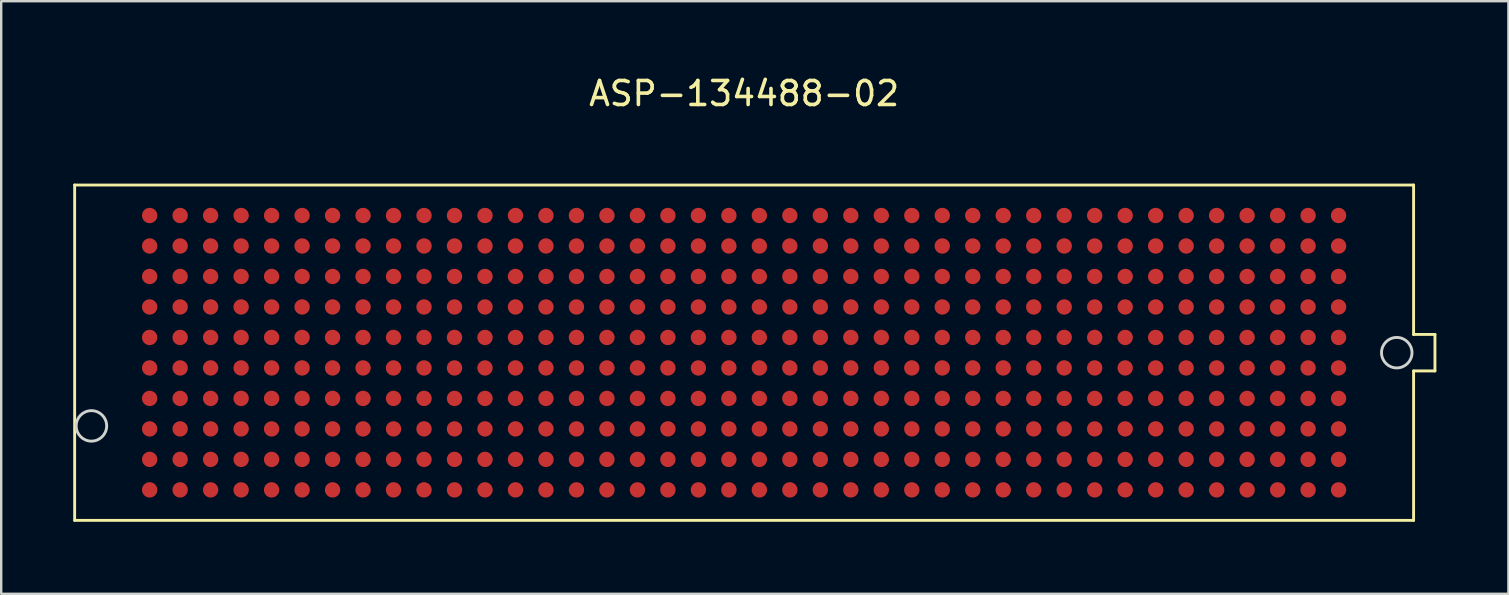
<source format=kicad_pcb>
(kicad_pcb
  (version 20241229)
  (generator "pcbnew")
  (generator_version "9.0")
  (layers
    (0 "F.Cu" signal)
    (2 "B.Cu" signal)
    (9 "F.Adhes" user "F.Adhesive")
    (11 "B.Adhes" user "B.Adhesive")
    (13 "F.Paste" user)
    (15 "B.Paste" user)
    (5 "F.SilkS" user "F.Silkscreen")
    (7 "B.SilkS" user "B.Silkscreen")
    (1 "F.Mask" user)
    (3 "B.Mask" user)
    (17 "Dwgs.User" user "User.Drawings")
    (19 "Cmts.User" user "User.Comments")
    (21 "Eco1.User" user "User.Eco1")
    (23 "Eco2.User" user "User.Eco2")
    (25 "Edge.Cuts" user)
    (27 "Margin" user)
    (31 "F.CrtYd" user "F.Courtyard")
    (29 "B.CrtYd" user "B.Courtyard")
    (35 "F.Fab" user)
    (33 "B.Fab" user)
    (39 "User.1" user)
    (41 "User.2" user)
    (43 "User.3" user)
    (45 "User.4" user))
  (footprint "ASP-134488-02"
    (layer "F.Cu")
    (at 27.95 11.643)
    (property "Reference" "ASP-134488-02" (at 0 -10.795 0) (layer "F.SilkS") (effects (font (size 1 1) (thickness 0.15))))
    (attr through_hole)
    (fp_line (start -27.89 -6.985) (end -27.89 6.985) (stroke (width 0.12) (type solid)) (layer "F.SilkS"))
    (fp_line (start -27.89 -6.985) (end 27.89 -6.985) (stroke (width 0.12) (type solid)) (layer "F.SilkS"))
    (fp_line (start 27.89 -0.76) (end 27.89 -6.985) (stroke (width 0.12) (type solid)) (layer "F.SilkS"))
    (fp_line (start 27.89 6.985) (end -27.89 6.985) (stroke (width 0.12) (type solid)) (layer "F.SilkS"))
    (fp_line (start 27.89 6.985) (end 27.89 0.76) (stroke (width 0.12) (type solid)) (layer "F.SilkS"))
    (fp_line (start 28.78 -0.76) (end 27.89 -0.76) (stroke (width 0.12) (type solid)) (layer "F.SilkS"))
    (fp_line (start 28.78 0.76) (end 27.89 0.76) (stroke (width 0.12) (type solid)) (layer "F.SilkS"))
    (fp_line (start 28.78 0.76) (end 28.78 -0.76) (stroke (width 0.12) (type solid)) (layer "F.SilkS"))
    (fp_circle (center -27.191 3.05) (end -26.556 3.05) (stroke (width 0.12) (type solid)) (fill no) (layer "Edge.Cuts"))
    (fp_circle (center 27.189 0) (end 27.824 0) (stroke (width 0.12) (type solid)) (fill no) (layer "Edge.Cuts"))
    (pad "A1" smd circle (at 24.765 5.715 180) (size 0.64 0.64) (layers "F.Cu" "F.Mask" "F.Paste"))
    (pad "A2" smd circle (at 23.495 5.715 180) (size 0.64 0.64) (layers "F.Cu" "F.Mask" "F.Paste"))
    (pad "A3" smd circle (at 22.225 5.715 180) (size 0.64 0.64) (layers "F.Cu" "F.Mask" "F.Paste"))
    (pad "A4" smd circle (at 20.955 5.715 180) (size 0.64 0.64) (layers "F.Cu" "F.Mask" "F.Paste"))
    (pad "A5" smd circle (at 19.685 5.715 180) (size 0.64 0.64) (layers "F.Cu" "F.Mask" "F.Paste"))
    (pad "A6" smd circle (at 18.415 5.715 180) (size 0.64 0.64) (layers "F.Cu" "F.Mask" "F.Paste"))
    (pad "A7" smd circle (at 17.145 5.715 180) (size 0.64 0.64) (layers "F.Cu" "F.Mask" "F.Paste"))
    (pad "A8" smd circle (at 15.875 5.715 180) (size 0.64 0.64) (layers "F.Cu" "F.Mask" "F.Paste"))
    (pad "A9" smd circle (at 14.605 5.715 180) (size 0.64 0.64) (layers "F.Cu" "F.Mask" "F.Paste"))
    (pad "A10" smd circle (at 13.335 5.715 180) (size 0.64 0.64) (layers "F.Cu" "F.Mask" "F.Paste"))
    (pad "A11" smd circle (at 12.065 5.715 180) (size 0.64 0.64) (layers "F.Cu" "F.Mask" "F.Paste"))
    (pad "A12" smd circle (at 10.795 5.715 180) (size 0.64 0.64) (layers "F.Cu" "F.Mask" "F.Paste"))
    (pad "A13" smd circle (at 9.525 5.715 180) (size 0.64 0.64) (layers "F.Cu" "F.Mask" "F.Paste"))
    (pad "A14" smd circle (at 8.255 5.715 180) (size 0.64 0.64) (layers "F.Cu" "F.Mask" "F.Paste"))
    (pad "A15" smd circle (at 6.985 5.715 180) (size 0.64 0.64) (layers "F.Cu" "F.Mask" "F.Paste"))
    (pad "A16" smd circle (at 5.715 5.715 180) (size 0.64 0.64) (layers "F.Cu" "F.Mask" "F.Paste"))
    (pad "A17" smd circle (at 4.445 5.715 180) (size 0.64 0.64) (layers "F.Cu" "F.Mask" "F.Paste"))
    (pad "A18" smd circle (at 3.175 5.715 180) (size 0.64 0.64) (layers "F.Cu" "F.Mask" "F.Paste"))
    (pad "A19" smd circle (at 1.905 5.715 180) (size 0.64 0.64) (layers "F.Cu" "F.Mask" "F.Paste"))
    (pad "A20" smd circle (at 0.635 5.715 180) (size 0.64 0.64) (layers "F.Cu" "F.Mask" "F.Paste"))
    (pad "A21" smd circle (at -0.635 5.715 180) (size 0.64 0.64) (layers "F.Cu" "F.Mask" "F.Paste"))
    (pad "A22" smd circle (at -1.905 5.715 180) (size 0.64 0.64) (layers "F.Cu" "F.Mask" "F.Paste"))
    (pad "A23" smd circle (at -3.175 5.715 180) (size 0.64 0.64) (layers "F.Cu" "F.Mask" "F.Paste"))
    (pad "A24" smd circle (at -4.445 5.715 180) (size 0.64 0.64) (layers "F.Cu" "F.Mask" "F.Paste"))
    (pad "A25" smd circle (at -5.715 5.715 180) (size 0.64 0.64) (layers "F.Cu" "F.Mask" "F.Paste"))
    (pad "A26" smd circle (at -6.985 5.715 180) (size 0.64 0.64) (layers "F.Cu" "F.Mask" "F.Paste"))
    (pad "A27" smd circle (at -8.255 5.715 180) (size 0.64 0.64) (layers "F.Cu" "F.Mask" "F.Paste"))
    (pad "A28" smd circle (at -9.525 5.715 180) (size 0.64 0.64) (layers "F.Cu" "F.Mask" "F.Paste"))
    (pad "A29" smd circle (at -10.795 5.715 180) (size 0.64 0.64) (layers "F.Cu" "F.Mask" "F.Paste"))
    (pad "A30" smd circle (at -12.065 5.715 180) (size 0.64 0.64) (layers "F.Cu" "F.Mask" "F.Paste"))
    (pad "A31" smd circle (at -13.335 5.715 180) (size 0.64 0.64) (layers "F.Cu" "F.Mask" "F.Paste"))
    (pad "A32" smd circle (at -14.605 5.715 180) (size 0.64 0.64) (layers "F.Cu" "F.Mask" "F.Paste"))
    (pad "A33" smd circle (at -15.875 5.715 180) (size 0.64 0.64) (layers "F.Cu" "F.Mask" "F.Paste"))
    (pad "A34" smd circle (at -17.145 5.715 180) (size 0.64 0.64) (layers "F.Cu" "F.Mask" "F.Paste"))
    (pad "A35" smd circle (at -18.415 5.715 180) (size 0.64 0.64) (layers "F.Cu" "F.Mask" "F.Paste"))
    (pad "A36" smd circle (at -19.685 5.715 180) (size 0.64 0.64) (layers "F.Cu" "F.Mask" "F.Paste"))
    (pad "A37" smd circle (at -20.955 5.715 180) (size 0.64 0.64) (layers "F.Cu" "F.Mask" "F.Paste"))
    (pad "A38" smd circle (at -22.225 5.715 180) (size 0.64 0.64) (layers "F.Cu" "F.Mask" "F.Paste"))
    (pad "A39" smd circle (at -23.495 5.715 180) (size 0.64 0.64) (layers "F.Cu" "F.Mask" "F.Paste"))
    (pad "A40" smd circle (at -24.765 5.715 180) (size 0.64 0.64) (layers "F.Cu" "F.Mask" "F.Paste"))
    (pad "B1" smd circle (at 24.765 4.445 180) (size 0.64 0.64) (layers "F.Cu" "F.Mask" "F.Paste"))
    (pad "B2" smd circle (at 23.495 4.445 180) (size 0.64 0.64) (layers "F.Cu" "F.Mask" "F.Paste"))
    (pad "B3" smd circle (at 22.225 4.445 180) (size 0.64 0.64) (layers "F.Cu" "F.Mask" "F.Paste"))
    (pad "B4" smd circle (at 20.955 4.445 180) (size 0.64 0.64) (layers "F.Cu" "F.Mask" "F.Paste"))
    (pad "B5" smd circle (at 19.685 4.445 180) (size 0.64 0.64) (layers "F.Cu" "F.Mask" "F.Paste"))
    (pad "B6" smd circle (at 18.415 4.445 180) (size 0.64 0.64) (layers "F.Cu" "F.Mask" "F.Paste"))
    (pad "B7" smd circle (at 17.145 4.445 180) (size 0.64 0.64) (layers "F.Cu" "F.Mask" "F.Paste"))
    (pad "B8" smd circle (at 15.875 4.445 180) (size 0.64 0.64) (layers "F.Cu" "F.Mask" "F.Paste"))
    (pad "B9" smd circle (at 14.605 4.445 180) (size 0.64 0.64) (layers "F.Cu" "F.Mask" "F.Paste"))
    (pad "B10" smd circle (at 13.335 4.445 180) (size 0.64 0.64) (layers "F.Cu" "F.Mask" "F.Paste"))
    (pad "B11" smd circle (at 12.065 4.445 180) (size 0.64 0.64) (layers "F.Cu" "F.Mask" "F.Paste"))
    (pad "B12" smd circle (at 10.795 4.445 180) (size 0.64 0.64) (layers "F.Cu" "F.Mask" "F.Paste"))
    (pad "B13" smd circle (at 9.525 4.445 180) (size 0.64 0.64) (layers "F.Cu" "F.Mask" "F.Paste"))
    (pad "B14" smd circle (at 8.255 4.445 180) (size 0.64 0.64) (layers "F.Cu" "F.Mask" "F.Paste"))
    (pad "B15" smd circle (at 6.985 4.445 180) (size 0.64 0.64) (layers "F.Cu" "F.Mask" "F.Paste"))
    (pad "B16" smd circle (at 5.715 4.445 180) (size 0.64 0.64) (layers "F.Cu" "F.Mask" "F.Paste"))
    (pad "B17" smd circle (at 4.445 4.445 180) (size 0.64 0.64) (layers "F.Cu" "F.Mask" "F.Paste"))
    (pad "B18" smd circle (at 3.175 4.445 180) (size 0.64 0.64) (layers "F.Cu" "F.Mask" "F.Paste"))
    (pad "B19" smd circle (at 1.905 4.445 180) (size 0.64 0.64) (layers "F.Cu" "F.Mask" "F.Paste"))
    (pad "B20" smd circle (at 0.635 4.445 180) (size 0.64 0.64) (layers "F.Cu" "F.Mask" "F.Paste"))
    (pad "B21" smd circle (at -0.635 4.445 180) (size 0.64 0.64) (layers "F.Cu" "F.Mask" "F.Paste"))
    (pad "B22" smd circle (at -1.905 4.445 180) (size 0.64 0.64) (layers "F.Cu" "F.Mask" "F.Paste"))
    (pad "B23" smd circle (at -3.175 4.445 180) (size 0.64 0.64) (layers "F.Cu" "F.Mask" "F.Paste"))
    (pad "B24" smd circle (at -4.445 4.445 180) (size 0.64 0.64) (layers "F.Cu" "F.Mask" "F.Paste"))
    (pad "B25" smd circle (at -5.715 4.445 180) (size 0.64 0.64) (layers "F.Cu" "F.Mask" "F.Paste"))
    (pad "B26" smd circle (at -6.985 4.445 180) (size 0.64 0.64) (layers "F.Cu" "F.Mask" "F.Paste"))
    (pad "B27" smd circle (at -8.255 4.445 180) (size 0.64 0.64) (layers "F.Cu" "F.Mask" "F.Paste"))
    (pad "B28" smd circle (at -9.525 4.445 180) (size 0.64 0.64) (layers "F.Cu" "F.Mask" "F.Paste"))
    (pad "B29" smd circle (at -10.795 4.445 180) (size 0.64 0.64) (layers "F.Cu" "F.Mask" "F.Paste"))
    (pad "B30" smd circle (at -12.065 4.445 180) (size 0.64 0.64) (layers "F.Cu" "F.Mask" "F.Paste"))
    (pad "B31" smd circle (at -13.335 4.445 180) (size 0.64 0.64) (layers "F.Cu" "F.Mask" "F.Paste"))
    (pad "B32" smd circle (at -14.605 4.445 180) (size 0.64 0.64) (layers "F.Cu" "F.Mask" "F.Paste"))
    (pad "B33" smd circle (at -15.875 4.445 180) (size 0.64 0.64) (layers "F.Cu" "F.Mask" "F.Paste"))
    (pad "B34" smd circle (at -17.145 4.445 180) (size 0.64 0.64) (layers "F.Cu" "F.Mask" "F.Paste"))
    (pad "B35" smd circle (at -18.415 4.445 180) (size 0.64 0.64) (layers "F.Cu" "F.Mask" "F.Paste"))
    (pad "B36" smd circle (at -19.685 4.445 180) (size 0.64 0.64) (layers "F.Cu" "F.Mask" "F.Paste"))
    (pad "B37" smd circle (at -20.955 4.445 180) (size 0.64 0.64) (layers "F.Cu" "F.Mask" "F.Paste"))
    (pad "B38" smd circle (at -22.225 4.445 180) (size 0.64 0.64) (layers "F.Cu" "F.Mask" "F.Paste"))
    (pad "B39" smd circle (at -23.495 4.445 180) (size 0.64 0.64) (layers "F.Cu" "F.Mask" "F.Paste"))
    (pad "B40" smd circle (at -24.765 4.445 180) (size 0.64 0.64) (layers "F.Cu" "F.Mask" "F.Paste"))
    (pad "C1" smd circle (at 24.765 3.175 180) (size 0.64 0.64) (layers "F.Cu" "F.Mask" "F.Paste"))
    (pad "C2" smd circle (at 23.495 3.175 180) (size 0.64 0.64) (layers "F.Cu" "F.Mask" "F.Paste"))
    (pad "C3" smd circle (at 22.225 3.175 180) (size 0.64 0.64) (layers "F.Cu" "F.Mask" "F.Paste"))
    (pad "C4" smd circle (at 20.955 3.175 180) (size 0.64 0.64) (layers "F.Cu" "F.Mask" "F.Paste"))
    (pad "C5" smd circle (at 19.685 3.175 180) (size 0.64 0.64) (layers "F.Cu" "F.Mask" "F.Paste"))
    (pad "C6" smd circle (at 18.415 3.175 180) (size 0.64 0.64) (layers "F.Cu" "F.Mask" "F.Paste"))
    (pad "C7" smd circle (at 17.145 3.175 180) (size 0.64 0.64) (layers "F.Cu" "F.Mask" "F.Paste"))
    (pad "C8" smd circle (at 15.875 3.175 180) (size 0.64 0.64) (layers "F.Cu" "F.Mask" "F.Paste"))
    (pad "C9" smd circle (at 14.605 3.175 180) (size 0.64 0.64) (layers "F.Cu" "F.Mask" "F.Paste"))
    (pad "C10" smd circle (at 13.335 3.175 180) (size 0.64 0.64) (layers "F.Cu" "F.Mask" "F.Paste"))
    (pad "C11" smd circle (at 12.065 3.175 180) (size 0.64 0.64) (layers "F.Cu" "F.Mask" "F.Paste"))
    (pad "C12" smd circle (at 10.795 3.175 180) (size 0.64 0.64) (layers "F.Cu" "F.Mask" "F.Paste"))
    (pad "C13" smd circle (at 9.525 3.175 180) (size 0.64 0.64) (layers "F.Cu" "F.Mask" "F.Paste"))
    (pad "C14" smd circle (at 8.255 3.175 180) (size 0.64 0.64) (layers "F.Cu" "F.Mask" "F.Paste"))
    (pad "C15" smd circle (at 6.985 3.175 180) (size 0.64 0.64) (layers "F.Cu" "F.Mask" "F.Paste"))
    (pad "C16" smd circle (at 5.715 3.175 180) (size 0.64 0.64) (layers "F.Cu" "F.Mask" "F.Paste"))
    (pad "C17" smd circle (at 4.445 3.175 180) (size 0.64 0.64) (layers "F.Cu" "F.Mask" "F.Paste"))
    (pad "C18" smd circle (at 3.175 3.175 180) (size 0.64 0.64) (layers "F.Cu" "F.Mask" "F.Paste"))
    (pad "C19" smd circle (at 1.905 3.175 180) (size 0.64 0.64) (layers "F.Cu" "F.Mask" "F.Paste"))
    (pad "C20" smd circle (at 0.635 3.175 180) (size 0.64 0.64) (layers "F.Cu" "F.Mask" "F.Paste"))
    (pad "C21" smd circle (at -0.635 3.175 180) (size 0.64 0.64) (layers "F.Cu" "F.Mask" "F.Paste"))
    (pad "C22" smd circle (at -1.905 3.175 180) (size 0.64 0.64) (layers "F.Cu" "F.Mask" "F.Paste"))
    (pad "C23" smd circle (at -3.175 3.175 180) (size 0.64 0.64) (layers "F.Cu" "F.Mask" "F.Paste"))
    (pad "C24" smd circle (at -4.445 3.175 180) (size 0.64 0.64) (layers "F.Cu" "F.Mask" "F.Paste"))
    (pad "C25" smd circle (at -5.715 3.175 180) (size 0.64 0.64) (layers "F.Cu" "F.Mask" "F.Paste"))
    (pad "C26" smd circle (at -6.985 3.175 180) (size 0.64 0.64) (layers "F.Cu" "F.Mask" "F.Paste"))
    (pad "C27" smd circle (at -8.255 3.175 180) (size 0.64 0.64) (layers "F.Cu" "F.Mask" "F.Paste"))
    (pad "C28" smd circle (at -9.525 3.175 180) (size 0.64 0.64) (layers "F.Cu" "F.Mask" "F.Paste"))
    (pad "C29" smd circle (at -10.795 3.175 180) (size 0.64 0.64) (layers "F.Cu" "F.Mask" "F.Paste"))
    (pad "C30" smd circle (at -12.065 3.175 180) (size 0.64 0.64) (layers "F.Cu" "F.Mask" "F.Paste"))
    (pad "C31" smd circle (at -13.335 3.175 180) (size 0.64 0.64) (layers "F.Cu" "F.Mask" "F.Paste"))
    (pad "C32" smd circle (at -14.605 3.175 180) (size 0.64 0.64) (layers "F.Cu" "F.Mask" "F.Paste"))
    (pad "C33" smd circle (at -15.875 3.175 180) (size 0.64 0.64) (layers "F.Cu" "F.Mask" "F.Paste"))
    (pad "C34" smd circle (at -17.145 3.175 180) (size 0.64 0.64) (layers "F.Cu" "F.Mask" "F.Paste"))
    (pad "C35" smd circle (at -18.415 3.175 180) (size 0.64 0.64) (layers "F.Cu" "F.Mask" "F.Paste"))
    (pad "C36" smd circle (at -19.685 3.175 180) (size 0.64 0.64) (layers "F.Cu" "F.Mask" "F.Paste"))
    (pad "C37" smd circle (at -20.955 3.175 180) (size 0.64 0.64) (layers "F.Cu" "F.Mask" "F.Paste"))
    (pad "C38" smd circle (at -22.225 3.175 180) (size 0.64 0.64) (layers "F.Cu" "F.Mask" "F.Paste"))
    (pad "C39" smd circle (at -23.495 3.175 180) (size 0.64 0.64) (layers "F.Cu" "F.Mask" "F.Paste"))
    (pad "C40" smd circle (at -24.765 3.175 180) (size 0.64 0.64) (layers "F.Cu" "F.Mask" "F.Paste"))
    (pad "D1" smd circle (at 24.765 1.905 180) (size 0.64 0.64) (layers "F.Cu" "F.Mask" "F.Paste"))
    (pad "D2" smd circle (at 23.495 1.905 180) (size 0.64 0.64) (layers "F.Cu" "F.Mask" "F.Paste"))
    (pad "D3" smd circle (at 22.225 1.905 180) (size 0.64 0.64) (layers "F.Cu" "F.Mask" "F.Paste"))
    (pad "D4" smd circle (at 20.955 1.905 180) (size 0.64 0.64) (layers "F.Cu" "F.Mask" "F.Paste"))
    (pad "D5" smd circle (at 19.685 1.905 180) (size 0.64 0.64) (layers "F.Cu" "F.Mask" "F.Paste"))
    (pad "D6" smd circle (at 18.415 1.905 180) (size 0.64 0.64) (layers "F.Cu" "F.Mask" "F.Paste"))
    (pad "D7" smd circle (at 17.145 1.905 180) (size 0.64 0.64) (layers "F.Cu" "F.Mask" "F.Paste"))
    (pad "D8" smd circle (at 15.875 1.905 180) (size 0.64 0.64) (layers "F.Cu" "F.Mask" "F.Paste"))
    (pad "D9" smd circle (at 14.605 1.905 180) (size 0.64 0.64) (layers "F.Cu" "F.Mask" "F.Paste"))
    (pad "D10" smd circle (at 13.335 1.905 180) (size 0.64 0.64) (layers "F.Cu" "F.Mask" "F.Paste"))
    (pad "D11" smd circle (at 12.065 1.905 180) (size 0.64 0.64) (layers "F.Cu" "F.Mask" "F.Paste"))
    (pad "D12" smd circle (at 10.795 1.905 180) (size 0.64 0.64) (layers "F.Cu" "F.Mask" "F.Paste"))
    (pad "D13" smd circle (at 9.525 1.905 180) (size 0.64 0.64) (layers "F.Cu" "F.Mask" "F.Paste"))
    (pad "D14" smd circle (at 8.255 1.905 180) (size 0.64 0.64) (layers "F.Cu" "F.Mask" "F.Paste"))
    (pad "D15" smd circle (at 6.985 1.905 180) (size 0.64 0.64) (layers "F.Cu" "F.Mask" "F.Paste"))
    (pad "D16" smd circle (at 5.715 1.905 180) (size 0.64 0.64) (layers "F.Cu" "F.Mask" "F.Paste"))
    (pad "D17" smd circle (at 4.445 1.905 180) (size 0.64 0.64) (layers "F.Cu" "F.Mask" "F.Paste"))
    (pad "D18" smd circle (at 3.175 1.905 180) (size 0.64 0.64) (layers "F.Cu" "F.Mask" "F.Paste"))
    (pad "D19" smd circle (at 1.905 1.905 180) (size 0.64 0.64) (layers "F.Cu" "F.Mask" "F.Paste"))
    (pad "D20" smd circle (at 0.635 1.905 180) (size 0.64 0.64) (layers "F.Cu" "F.Mask" "F.Paste"))
    (pad "D21" smd circle (at -0.635 1.905 180) (size 0.64 0.64) (layers "F.Cu" "F.Mask" "F.Paste"))
    (pad "D22" smd circle (at -1.905 1.905 180) (size 0.64 0.64) (layers "F.Cu" "F.Mask" "F.Paste"))
    (pad "D23" smd circle (at -3.175 1.905 180) (size 0.64 0.64) (layers "F.Cu" "F.Mask" "F.Paste"))
    (pad "D24" smd circle (at -4.445 1.905 180) (size 0.64 0.64) (layers "F.Cu" "F.Mask" "F.Paste"))
    (pad "D25" smd circle (at -5.715 1.905 180) (size 0.64 0.64) (layers "F.Cu" "F.Mask" "F.Paste"))
    (pad "D26" smd circle (at -6.985 1.905 180) (size 0.64 0.64) (layers "F.Cu" "F.Mask" "F.Paste"))
    (pad "D27" smd circle (at -8.255 1.905 180) (size 0.64 0.64) (layers "F.Cu" "F.Mask" "F.Paste"))
    (pad "D28" smd circle (at -9.525 1.905 180) (size 0.64 0.64) (layers "F.Cu" "F.Mask" "F.Paste"))
    (pad "D29" smd circle (at -10.795 1.905 180) (size 0.64 0.64) (layers "F.Cu" "F.Mask" "F.Paste"))
    (pad "D30" smd circle (at -12.065 1.905 180) (size 0.64 0.64) (layers "F.Cu" "F.Mask" "F.Paste"))
    (pad "D31" smd circle (at -13.335 1.905 180) (size 0.64 0.64) (layers "F.Cu" "F.Mask" "F.Paste"))
    (pad "D32" smd circle (at -14.605 1.905 180) (size 0.64 0.64) (layers "F.Cu" "F.Mask" "F.Paste"))
    (pad "D33" smd circle (at -15.875 1.905 180) (size 0.64 0.64) (layers "F.Cu" "F.Mask" "F.Paste"))
    (pad "D34" smd circle (at -17.145 1.905 180) (size 0.64 0.64) (layers "F.Cu" "F.Mask" "F.Paste"))
    (pad "D35" smd circle (at -18.415 1.905 180) (size 0.64 0.64) (layers "F.Cu" "F.Mask" "F.Paste"))
    (pad "D36" smd circle (at -19.685 1.905 180) (size 0.64 0.64) (layers "F.Cu" "F.Mask" "F.Paste"))
    (pad "D37" smd circle (at -20.955 1.905 180) (size 0.64 0.64) (layers "F.Cu" "F.Mask" "F.Paste"))
    (pad "D38" smd circle (at -22.225 1.905 180) (size 0.64 0.64) (layers "F.Cu" "F.Mask" "F.Paste"))
    (pad "D39" smd circle (at -23.495 1.905 180) (size 0.64 0.64) (layers "F.Cu" "F.Mask" "F.Paste"))
    (pad "D40" smd circle (at -24.765 1.905 180) (size 0.64 0.64) (layers "F.Cu" "F.Mask" "F.Paste"))
    (pad "E1" smd circle (at 24.765 0.635 180) (size 0.64 0.64) (layers "F.Cu" "F.Mask" "F.Paste"))
    (pad "E2" smd circle (at 23.495 0.635 180) (size 0.64 0.64) (layers "F.Cu" "F.Mask" "F.Paste"))
    (pad "E3" smd circle (at 22.225 0.635 180) (size 0.64 0.64) (layers "F.Cu" "F.Mask" "F.Paste"))
    (pad "E4" smd circle (at 20.955 0.635 180) (size 0.64 0.64) (layers "F.Cu" "F.Mask" "F.Paste"))
    (pad "E5" smd circle (at 19.685 0.635 180) (size 0.64 0.64) (layers "F.Cu" "F.Mask" "F.Paste"))
    (pad "E6" smd circle (at 18.415 0.635 180) (size 0.64 0.64) (layers "F.Cu" "F.Mask" "F.Paste"))
    (pad "E7" smd circle (at 17.145 0.635 180) (size 0.64 0.64) (layers "F.Cu" "F.Mask" "F.Paste"))
    (pad "E8" smd circle (at 15.875 0.635 180) (size 0.64 0.64) (layers "F.Cu" "F.Mask" "F.Paste"))
    (pad "E9" smd circle (at 14.605 0.635 180) (size 0.64 0.64) (layers "F.Cu" "F.Mask" "F.Paste"))
    (pad "E10" smd circle (at 13.335 0.635 180) (size 0.64 0.64) (layers "F.Cu" "F.Mask" "F.Paste"))
    (pad "E11" smd circle (at 12.065 0.635 180) (size 0.64 0.64) (layers "F.Cu" "F.Mask" "F.Paste"))
    (pad "E12" smd circle (at 10.795 0.635 180) (size 0.64 0.64) (layers "F.Cu" "F.Mask" "F.Paste"))
    (pad "E13" smd circle (at 9.525 0.635 180) (size 0.64 0.64) (layers "F.Cu" "F.Mask" "F.Paste"))
    (pad "E14" smd circle (at 8.255 0.635 180) (size 0.64 0.64) (layers "F.Cu" "F.Mask" "F.Paste"))
    (pad "E15" smd circle (at 6.985 0.635 180) (size 0.64 0.64) (layers "F.Cu" "F.Mask" "F.Paste"))
    (pad "E16" smd circle (at 5.715 0.635 180) (size 0.64 0.64) (layers "F.Cu" "F.Mask" "F.Paste"))
    (pad "E17" smd circle (at 4.445 0.635 180) (size 0.64 0.64) (layers "F.Cu" "F.Mask" "F.Paste"))
    (pad "E18" smd circle (at 3.175 0.635 180) (size 0.64 0.64) (layers "F.Cu" "F.Mask" "F.Paste"))
    (pad "E19" smd circle (at 1.905 0.635 180) (size 0.64 0.64) (layers "F.Cu" "F.Mask" "F.Paste"))
    (pad "E20" smd circle (at 0.635 0.635 180) (size 0.64 0.64) (layers "F.Cu" "F.Mask" "F.Paste"))
    (pad "E21" smd circle (at -0.635 0.635 180) (size 0.64 0.64) (layers "F.Cu" "F.Mask" "F.Paste"))
    (pad "E22" smd circle (at -1.905 0.635 180) (size 0.64 0.64) (layers "F.Cu" "F.Mask" "F.Paste"))
    (pad "E23" smd circle (at -3.175 0.635 180) (size 0.64 0.64) (layers "F.Cu" "F.Mask" "F.Paste"))
    (pad "E24" smd circle (at -4.445 0.635 180) (size 0.64 0.64) (layers "F.Cu" "F.Mask" "F.Paste"))
    (pad "E25" smd circle (at -5.715 0.635 180) (size 0.64 0.64) (layers "F.Cu" "F.Mask" "F.Paste"))
    (pad "E26" smd circle (at -6.985 0.635 180) (size 0.64 0.64) (layers "F.Cu" "F.Mask" "F.Paste"))
    (pad "E27" smd circle (at -8.255 0.635 180) (size 0.64 0.64) (layers "F.Cu" "F.Mask" "F.Paste"))
    (pad "E28" smd circle (at -9.525 0.635 180) (size 0.64 0.64) (layers "F.Cu" "F.Mask" "F.Paste"))
    (pad "E29" smd circle (at -10.795 0.635 180) (size 0.64 0.64) (layers "F.Cu" "F.Mask" "F.Paste"))
    (pad "E30" smd circle (at -12.065 0.635 180) (size 0.64 0.64) (layers "F.Cu" "F.Mask" "F.Paste"))
    (pad "E31" smd circle (at -13.335 0.635 180) (size 0.64 0.64) (layers "F.Cu" "F.Mask" "F.Paste"))
    (pad "E32" smd circle (at -14.605 0.635 180) (size 0.64 0.64) (layers "F.Cu" "F.Mask" "F.Paste"))
    (pad "E33" smd circle (at -15.875 0.635 180) (size 0.64 0.64) (layers "F.Cu" "F.Mask" "F.Paste"))
    (pad "E34" smd circle (at -17.145 0.635 180) (size 0.64 0.64) (layers "F.Cu" "F.Mask" "F.Paste"))
    (pad "E35" smd circle (at -18.415 0.635 180) (size 0.64 0.64) (layers "F.Cu" "F.Mask" "F.Paste"))
    (pad "E36" smd circle (at -19.685 0.635 180) (size 0.64 0.64) (layers "F.Cu" "F.Mask" "F.Paste"))
    (pad "E37" smd circle (at -20.955 0.635 180) (size 0.64 0.64) (layers "F.Cu" "F.Mask" "F.Paste"))
    (pad "E38" smd circle (at -22.225 0.635 180) (size 0.64 0.64) (layers "F.Cu" "F.Mask" "F.Paste"))
    (pad "E39" smd circle (at -23.495 0.635 180) (size 0.64 0.64) (layers "F.Cu" "F.Mask" "F.Paste"))
    (pad "E40" smd circle (at -24.765 0.635 180) (size 0.64 0.64) (layers "F.Cu" "F.Mask" "F.Paste"))
    (pad "F1" smd circle (at 24.765 -0.635 180) (size 0.64 0.64) (layers "F.Cu" "F.Mask" "F.Paste"))
    (pad "F2" smd circle (at 23.495 -0.635 180) (size 0.64 0.64) (layers "F.Cu" "F.Mask" "F.Paste"))
    (pad "F3" smd circle (at 22.225 -0.635 180) (size 0.64 0.64) (layers "F.Cu" "F.Mask" "F.Paste"))
    (pad "F4" smd circle (at 20.955 -0.635 180) (size 0.64 0.64) (layers "F.Cu" "F.Mask" "F.Paste"))
    (pad "F5" smd circle (at 19.685 -0.635 180) (size 0.64 0.64) (layers "F.Cu" "F.Mask" "F.Paste"))
    (pad "F6" smd circle (at 18.415 -0.635 180) (size 0.64 0.64) (layers "F.Cu" "F.Mask" "F.Paste"))
    (pad "F7" smd circle (at 17.145 -0.635 180) (size 0.64 0.64) (layers "F.Cu" "F.Mask" "F.Paste"))
    (pad "F8" smd circle (at 15.875 -0.635 180) (size 0.64 0.64) (layers "F.Cu" "F.Mask" "F.Paste"))
    (pad "F9" smd circle (at 14.605 -0.635 180) (size 0.64 0.64) (layers "F.Cu" "F.Mask" "F.Paste"))
    (pad "F10" smd circle (at 13.335 -0.635 180) (size 0.64 0.64) (layers "F.Cu" "F.Mask" "F.Paste"))
    (pad "F11" smd circle (at 12.065 -0.635 180) (size 0.64 0.64) (layers "F.Cu" "F.Mask" "F.Paste"))
    (pad "F12" smd circle (at 10.795 -0.635 180) (size 0.64 0.64) (layers "F.Cu" "F.Mask" "F.Paste"))
    (pad "F13" smd circle (at 9.525 -0.635 180) (size 0.64 0.64) (layers "F.Cu" "F.Mask" "F.Paste"))
    (pad "F14" smd circle (at 8.255 -0.635 180) (size 0.64 0.64) (layers "F.Cu" "F.Mask" "F.Paste"))
    (pad "F15" smd circle (at 6.985 -0.635 180) (size 0.64 0.64) (layers "F.Cu" "F.Mask" "F.Paste"))
    (pad "F16" smd circle (at 5.715 -0.635 180) (size 0.64 0.64) (layers "F.Cu" "F.Mask" "F.Paste"))
    (pad "F17" smd circle (at 4.445 -0.635 180) (size 0.64 0.64) (layers "F.Cu" "F.Mask" "F.Paste"))
    (pad "F18" smd circle (at 3.175 -0.635 180) (size 0.64 0.64) (layers "F.Cu" "F.Mask" "F.Paste"))
    (pad "F19" smd circle (at 1.905 -0.635 180) (size 0.64 0.64) (layers "F.Cu" "F.Mask" "F.Paste"))
    (pad "F20" smd circle (at 0.635 -0.635 180) (size 0.64 0.64) (layers "F.Cu" "F.Mask" "F.Paste"))
    (pad "F21" smd circle (at -0.635 -0.635 180) (size 0.64 0.64) (layers "F.Cu" "F.Mask" "F.Paste"))
    (pad "F22" smd circle (at -1.905 -0.635 180) (size 0.64 0.64) (layers "F.Cu" "F.Mask" "F.Paste"))
    (pad "F23" smd circle (at -3.175 -0.635 180) (size 0.64 0.64) (layers "F.Cu" "F.Mask" "F.Paste"))
    (pad "F24" smd circle (at -4.445 -0.635 180) (size 0.64 0.64) (layers "F.Cu" "F.Mask" "F.Paste"))
    (pad "F25" smd circle (at -5.715 -0.635 180) (size 0.64 0.64) (layers "F.Cu" "F.Mask" "F.Paste"))
    (pad "F26" smd circle (at -6.985 -0.635 180) (size 0.64 0.64) (layers "F.Cu" "F.Mask" "F.Paste"))
    (pad "F27" smd circle (at -8.255 -0.635 180) (size 0.64 0.64) (layers "F.Cu" "F.Mask" "F.Paste"))
    (pad "F28" smd circle (at -9.525 -0.635 180) (size 0.64 0.64) (layers "F.Cu" "F.Mask" "F.Paste"))
    (pad "F29" smd circle (at -10.795 -0.635 180) (size 0.64 0.64) (layers "F.Cu" "F.Mask" "F.Paste"))
    (pad "F30" smd circle (at -12.065 -0.635 180) (size 0.64 0.64) (layers "F.Cu" "F.Mask" "F.Paste"))
    (pad "F31" smd circle (at -13.335 -0.635 180) (size 0.64 0.64) (layers "F.Cu" "F.Mask" "F.Paste"))
    (pad "F32" smd circle (at -14.605 -0.635 180) (size 0.64 0.64) (layers "F.Cu" "F.Mask" "F.Paste"))
    (pad "F33" smd circle (at -15.875 -0.635 180) (size 0.64 0.64) (layers "F.Cu" "F.Mask" "F.Paste"))
    (pad "F34" smd circle (at -17.145 -0.635 180) (size 0.64 0.64) (layers "F.Cu" "F.Mask" "F.Paste"))
    (pad "F35" smd circle (at -18.415 -0.635 180) (size 0.64 0.64) (layers "F.Cu" "F.Mask" "F.Paste"))
    (pad "F36" smd circle (at -19.685 -0.635 180) (size 0.64 0.64) (layers "F.Cu" "F.Mask" "F.Paste"))
    (pad "F37" smd circle (at -20.955 -0.635 180) (size 0.64 0.64) (layers "F.Cu" "F.Mask" "F.Paste"))
    (pad "F38" smd circle (at -22.225 -0.635 180) (size 0.64 0.64) (layers "F.Cu" "F.Mask" "F.Paste"))
    (pad "F39" smd circle (at -23.495 -0.635 180) (size 0.64 0.64) (layers "F.Cu" "F.Mask" "F.Paste"))
    (pad "F40" smd circle (at -24.765 -0.635 180) (size 0.64 0.64) (layers "F.Cu" "F.Mask" "F.Paste"))
    (pad "G1" smd circle (at 24.765 -1.905 180) (size 0.64 0.64) (layers "F.Cu" "F.Mask" "F.Paste"))
    (pad "G2" smd circle (at 23.495 -1.905 180) (size 0.64 0.64) (layers "F.Cu" "F.Mask" "F.Paste"))
    (pad "G3" smd circle (at 22.225 -1.905 180) (size 0.64 0.64) (layers "F.Cu" "F.Mask" "F.Paste"))
    (pad "G4" smd circle (at 20.955 -1.905 180) (size 0.64 0.64) (layers "F.Cu" "F.Mask" "F.Paste"))
    (pad "G5" smd circle (at 19.685 -1.905 180) (size 0.64 0.64) (layers "F.Cu" "F.Mask" "F.Paste"))
    (pad "G6" smd circle (at 18.415 -1.905 180) (size 0.64 0.64) (layers "F.Cu" "F.Mask" "F.Paste"))
    (pad "G7" smd circle (at 17.145 -1.905 180) (size 0.64 0.64) (layers "F.Cu" "F.Mask" "F.Paste"))
    (pad "G8" smd circle (at 15.875 -1.905 180) (size 0.64 0.64) (layers "F.Cu" "F.Mask" "F.Paste"))
    (pad "G9" smd circle (at 14.605 -1.905 180) (size 0.64 0.64) (layers "F.Cu" "F.Mask" "F.Paste"))
    (pad "G10" smd circle (at 13.335 -1.905 180) (size 0.64 0.64) (layers "F.Cu" "F.Mask" "F.Paste"))
    (pad "G11" smd circle (at 12.065 -1.905 180) (size 0.64 0.64) (layers "F.Cu" "F.Mask" "F.Paste"))
    (pad "G12" smd circle (at 10.795 -1.905 180) (size 0.64 0.64) (layers "F.Cu" "F.Mask" "F.Paste"))
    (pad "G13" smd circle (at 9.525 -1.905 180) (size 0.64 0.64) (layers "F.Cu" "F.Mask" "F.Paste"))
    (pad "G14" smd circle (at 8.255 -1.905 180) (size 0.64 0.64) (layers "F.Cu" "F.Mask" "F.Paste"))
    (pad "G15" smd circle (at 6.985 -1.905 180) (size 0.64 0.64) (layers "F.Cu" "F.Mask" "F.Paste"))
    (pad "G16" smd circle (at 5.715 -1.905 180) (size 0.64 0.64) (layers "F.Cu" "F.Mask" "F.Paste"))
    (pad "G17" smd circle (at 4.445 -1.905 180) (size 0.64 0.64) (layers "F.Cu" "F.Mask" "F.Paste"))
    (pad "G18" smd circle (at 3.175 -1.905 180) (size 0.64 0.64) (layers "F.Cu" "F.Mask" "F.Paste"))
    (pad "G19" smd circle (at 1.905 -1.905 180) (size 0.64 0.64) (layers "F.Cu" "F.Mask" "F.Paste"))
    (pad "G20" smd circle (at 0.635 -1.905 180) (size 0.64 0.64) (layers "F.Cu" "F.Mask" "F.Paste"))
    (pad "G21" smd circle (at -0.635 -1.905 180) (size 0.64 0.64) (layers "F.Cu" "F.Mask" "F.Paste"))
    (pad "G22" smd circle (at -1.905 -1.905 180) (size 0.64 0.64) (layers "F.Cu" "F.Mask" "F.Paste"))
    (pad "G23" smd circle (at -3.175 -1.905 180) (size 0.64 0.64) (layers "F.Cu" "F.Mask" "F.Paste"))
    (pad "G24" smd circle (at -4.445 -1.905 180) (size 0.64 0.64) (layers "F.Cu" "F.Mask" "F.Paste"))
    (pad "G25" smd circle (at -5.715 -1.905 180) (size 0.64 0.64) (layers "F.Cu" "F.Mask" "F.Paste"))
    (pad "G26" smd circle (at -6.985 -1.905 180) (size 0.64 0.64) (layers "F.Cu" "F.Mask" "F.Paste"))
    (pad "G27" smd circle (at -8.255 -1.905 180) (size 0.64 0.64) (layers "F.Cu" "F.Mask" "F.Paste"))
    (pad "G28" smd circle (at -9.525 -1.905 180) (size 0.64 0.64) (layers "F.Cu" "F.Mask" "F.Paste"))
    (pad "G29" smd circle (at -10.795 -1.905 180) (size 0.64 0.64) (layers "F.Cu" "F.Mask" "F.Paste"))
    (pad "G30" smd circle (at -12.065 -1.905 180) (size 0.64 0.64) (layers "F.Cu" "F.Mask" "F.Paste"))
    (pad "G31" smd circle (at -13.335 -1.905 180) (size 0.64 0.64) (layers "F.Cu" "F.Mask" "F.Paste"))
    (pad "G32" smd circle (at -14.605 -1.905 180) (size 0.64 0.64) (layers "F.Cu" "F.Mask" "F.Paste"))
    (pad "G33" smd circle (at -15.875 -1.905 180) (size 0.64 0.64) (layers "F.Cu" "F.Mask" "F.Paste"))
    (pad "G34" smd circle (at -17.145 -1.905 180) (size 0.64 0.64) (layers "F.Cu" "F.Mask" "F.Paste"))
    (pad "G35" smd circle (at -18.415 -1.905 180) (size 0.64 0.64) (layers "F.Cu" "F.Mask" "F.Paste"))
    (pad "G36" smd circle (at -19.685 -1.905 180) (size 0.64 0.64) (layers "F.Cu" "F.Mask" "F.Paste"))
    (pad "G37" smd circle (at -20.955 -1.905 180) (size 0.64 0.64) (layers "F.Cu" "F.Mask" "F.Paste"))
    (pad "G38" smd circle (at -22.225 -1.905 180) (size 0.64 0.64) (layers "F.Cu" "F.Mask" "F.Paste"))
    (pad "G39" smd circle (at -23.495 -1.905 180) (size 0.64 0.64) (layers "F.Cu" "F.Mask" "F.Paste"))
    (pad "G40" smd circle (at -24.765 -1.905 180) (size 0.64 0.64) (layers "F.Cu" "F.Mask" "F.Paste"))
    (pad "H1" smd circle (at 24.765 -3.175 180) (size 0.64 0.64) (layers "F.Cu" "F.Mask" "F.Paste"))
    (pad "H2" smd circle (at 23.495 -3.175 180) (size 0.64 0.64) (layers "F.Cu" "F.Mask" "F.Paste"))
    (pad "H3" smd circle (at 22.225 -3.175 180) (size 0.64 0.64) (layers "F.Cu" "F.Mask" "F.Paste"))
    (pad "H4" smd circle (at 20.955 -3.175 180) (size 0.64 0.64) (layers "F.Cu" "F.Mask" "F.Paste"))
    (pad "H5" smd circle (at 19.685 -3.175 180) (size 0.64 0.64) (layers "F.Cu" "F.Mask" "F.Paste"))
    (pad "H6" smd circle (at 18.415 -3.175 180) (size 0.64 0.64) (layers "F.Cu" "F.Mask" "F.Paste"))
    (pad "H7" smd circle (at 17.145 -3.175 180) (size 0.64 0.64) (layers "F.Cu" "F.Mask" "F.Paste"))
    (pad "H8" smd circle (at 15.875 -3.175 180) (size 0.64 0.64) (layers "F.Cu" "F.Mask" "F.Paste"))
    (pad "H9" smd circle (at 14.605 -3.175 180) (size 0.64 0.64) (layers "F.Cu" "F.Mask" "F.Paste"))
    (pad "H10" smd circle (at 13.335 -3.175 180) (size 0.64 0.64) (layers "F.Cu" "F.Mask" "F.Paste"))
    (pad "H11" smd circle (at 12.065 -3.175 180) (size 0.64 0.64) (layers "F.Cu" "F.Mask" "F.Paste"))
    (pad "H12" smd circle (at 10.795 -3.175 180) (size 0.64 0.64) (layers "F.Cu" "F.Mask" "F.Paste"))
    (pad "H13" smd circle (at 9.525 -3.175 180) (size 0.64 0.64) (layers "F.Cu" "F.Mask" "F.Paste"))
    (pad "H14" smd circle (at 8.255 -3.175 180) (size 0.64 0.64) (layers "F.Cu" "F.Mask" "F.Paste"))
    (pad "H15" smd circle (at 6.985 -3.175 180) (size 0.64 0.64) (layers "F.Cu" "F.Mask" "F.Paste"))
    (pad "H16" smd circle (at 5.715 -3.175 180) (size 0.64 0.64) (layers "F.Cu" "F.Mask" "F.Paste"))
    (pad "H17" smd circle (at 4.445 -3.175 180) (size 0.64 0.64) (layers "F.Cu" "F.Mask" "F.Paste"))
    (pad "H18" smd circle (at 3.175 -3.175 180) (size 0.64 0.64) (layers "F.Cu" "F.Mask" "F.Paste"))
    (pad "H19" smd circle (at 1.905 -3.175 180) (size 0.64 0.64) (layers "F.Cu" "F.Mask" "F.Paste"))
    (pad "H20" smd circle (at 0.635 -3.175 180) (size 0.64 0.64) (layers "F.Cu" "F.Mask" "F.Paste"))
    (pad "H21" smd circle (at -0.635 -3.175 180) (size 0.64 0.64) (layers "F.Cu" "F.Mask" "F.Paste"))
    (pad "H22" smd circle (at -1.905 -3.175 180) (size 0.64 0.64) (layers "F.Cu" "F.Mask" "F.Paste"))
    (pad "H23" smd circle (at -3.175 -3.175 180) (size 0.64 0.64) (layers "F.Cu" "F.Mask" "F.Paste"))
    (pad "H24" smd circle (at -4.445 -3.175 180) (size 0.64 0.64) (layers "F.Cu" "F.Mask" "F.Paste"))
    (pad "H25" smd circle (at -5.715 -3.175 180) (size 0.64 0.64) (layers "F.Cu" "F.Mask" "F.Paste"))
    (pad "H26" smd circle (at -6.985 -3.175 180) (size 0.64 0.64) (layers "F.Cu" "F.Mask" "F.Paste"))
    (pad "H27" smd circle (at -8.255 -3.175 180) (size 0.64 0.64) (layers "F.Cu" "F.Mask" "F.Paste"))
    (pad "H28" smd circle (at -9.525 -3.175 180) (size 0.64 0.64) (layers "F.Cu" "F.Mask" "F.Paste"))
    (pad "H29" smd circle (at -10.795 -3.175 180) (size 0.64 0.64) (layers "F.Cu" "F.Mask" "F.Paste"))
    (pad "H30" smd circle (at -12.065 -3.175 180) (size 0.64 0.64) (layers "F.Cu" "F.Mask" "F.Paste"))
    (pad "H31" smd circle (at -13.335 -3.175 180) (size 0.64 0.64) (layers "F.Cu" "F.Mask" "F.Paste"))
    (pad "H32" smd circle (at -14.605 -3.175 180) (size 0.64 0.64) (layers "F.Cu" "F.Mask" "F.Paste"))
    (pad "H33" smd circle (at -15.875 -3.175 180) (size 0.64 0.64) (layers "F.Cu" "F.Mask" "F.Paste"))
    (pad "H34" smd circle (at -17.145 -3.175 180) (size 0.64 0.64) (layers "F.Cu" "F.Mask" "F.Paste"))
    (pad "H35" smd circle (at -18.415 -3.175 180) (size 0.64 0.64) (layers "F.Cu" "F.Mask" "F.Paste"))
    (pad "H36" smd circle (at -19.685 -3.175 180) (size 0.64 0.64) (layers "F.Cu" "F.Mask" "F.Paste"))
    (pad "H37" smd circle (at -20.955 -3.175 180) (size 0.64 0.64) (layers "F.Cu" "F.Mask" "F.Paste"))
    (pad "H38" smd circle (at -22.225 -3.175 180) (size 0.64 0.64) (layers "F.Cu" "F.Mask" "F.Paste"))
    (pad "H39" smd circle (at -23.495 -3.175 180) (size 0.64 0.64) (layers "F.Cu" "F.Mask" "F.Paste"))
    (pad "H40" smd circle (at -24.765 -3.175 180) (size 0.64 0.64) (layers "F.Cu" "F.Mask" "F.Paste"))
    (pad "J1" smd circle (at 24.765 -4.445 180) (size 0.64 0.64) (layers "F.Cu" "F.Mask" "F.Paste"))
    (pad "J2" smd circle (at 23.495 -4.445 180) (size 0.64 0.64) (layers "F.Cu" "F.Mask" "F.Paste"))
    (pad "J3" smd circle (at 22.225 -4.445 180) (size 0.64 0.64) (layers "F.Cu" "F.Mask" "F.Paste"))
    (pad "J4" smd circle (at 20.955 -4.445 180) (size 0.64 0.64) (layers "F.Cu" "F.Mask" "F.Paste"))
    (pad "J5" smd circle (at 19.685 -4.445 180) (size 0.64 0.64) (layers "F.Cu" "F.Mask" "F.Paste"))
    (pad "J6" smd circle (at 18.415 -4.445 180) (size 0.64 0.64) (layers "F.Cu" "F.Mask" "F.Paste"))
    (pad "J7" smd circle (at 17.145 -4.445 180) (size 0.64 0.64) (layers "F.Cu" "F.Mask" "F.Paste"))
    (pad "J8" smd circle (at 15.875 -4.445 180) (size 0.64 0.64) (layers "F.Cu" "F.Mask" "F.Paste"))
    (pad "J9" smd circle (at 14.605 -4.445 180) (size 0.64 0.64) (layers "F.Cu" "F.Mask" "F.Paste"))
    (pad "J10" smd circle (at 13.335 -4.445 180) (size 0.64 0.64) (layers "F.Cu" "F.Mask" "F.Paste"))
    (pad "J11" smd circle (at 12.065 -4.445 180) (size 0.64 0.64) (layers "F.Cu" "F.Mask" "F.Paste"))
    (pad "J12" smd circle (at 10.795 -4.445 180) (size 0.64 0.64) (layers "F.Cu" "F.Mask" "F.Paste"))
    (pad "J13" smd circle (at 9.525 -4.445 180) (size 0.64 0.64) (layers "F.Cu" "F.Mask" "F.Paste"))
    (pad "J14" smd circle (at 8.255 -4.445 180) (size 0.64 0.64) (layers "F.Cu" "F.Mask" "F.Paste"))
    (pad "J15" smd circle (at 6.985 -4.445 180) (size 0.64 0.64) (layers "F.Cu" "F.Mask" "F.Paste"))
    (pad "J16" smd circle (at 5.715 -4.445 180) (size 0.64 0.64) (layers "F.Cu" "F.Mask" "F.Paste"))
    (pad "J17" smd circle (at 4.445 -4.445 180) (size 0.64 0.64) (layers "F.Cu" "F.Mask" "F.Paste"))
    (pad "J18" smd circle (at 3.175 -4.445 180) (size 0.64 0.64) (layers "F.Cu" "F.Mask" "F.Paste"))
    (pad "J19" smd circle (at 1.905 -4.445 180) (size 0.64 0.64) (layers "F.Cu" "F.Mask" "F.Paste"))
    (pad "J20" smd circle (at 0.635 -4.445 180) (size 0.64 0.64) (layers "F.Cu" "F.Mask" "F.Paste"))
    (pad "J21" smd circle (at -0.635 -4.445 180) (size 0.64 0.64) (layers "F.Cu" "F.Mask" "F.Paste"))
    (pad "J22" smd circle (at -1.905 -4.445 180) (size 0.64 0.64) (layers "F.Cu" "F.Mask" "F.Paste"))
    (pad "J23" smd circle (at -3.175 -4.445 180) (size 0.64 0.64) (layers "F.Cu" "F.Mask" "F.Paste"))
    (pad "J24" smd circle (at -4.445 -4.445 180) (size 0.64 0.64) (layers "F.Cu" "F.Mask" "F.Paste"))
    (pad "J25" smd circle (at -5.715 -4.445 180) (size 0.64 0.64) (layers "F.Cu" "F.Mask" "F.Paste"))
    (pad "J26" smd circle (at -6.985 -4.445 180) (size 0.64 0.64) (layers "F.Cu" "F.Mask" "F.Paste"))
    (pad "J27" smd circle (at -8.255 -4.445 180) (size 0.64 0.64) (layers "F.Cu" "F.Mask" "F.Paste"))
    (pad "J28" smd circle (at -9.525 -4.445 180) (size 0.64 0.64) (layers "F.Cu" "F.Mask" "F.Paste"))
    (pad "J29" smd circle (at -10.795 -4.445 180) (size 0.64 0.64) (layers "F.Cu" "F.Mask" "F.Paste"))
    (pad "J30" smd circle (at -12.065 -4.445 180) (size 0.64 0.64) (layers "F.Cu" "F.Mask" "F.Paste"))
    (pad "J31" smd circle (at -13.335 -4.445 180) (size 0.64 0.64) (layers "F.Cu" "F.Mask" "F.Paste"))
    (pad "J32" smd circle (at -14.605 -4.445 180) (size 0.64 0.64) (layers "F.Cu" "F.Mask" "F.Paste"))
    (pad "J33" smd circle (at -15.875 -4.445 180) (size 0.64 0.64) (layers "F.Cu" "F.Mask" "F.Paste"))
    (pad "J34" smd circle (at -17.145 -4.445 180) (size 0.64 0.64) (layers "F.Cu" "F.Mask" "F.Paste"))
    (pad "J35" smd circle (at -18.415 -4.445 180) (size 0.64 0.64) (layers "F.Cu" "F.Mask" "F.Paste"))
    (pad "J36" smd circle (at -19.685 -4.445 180) (size 0.64 0.64) (layers "F.Cu" "F.Mask" "F.Paste"))
    (pad "J37" smd circle (at -20.955 -4.445 180) (size 0.64 0.64) (layers "F.Cu" "F.Mask" "F.Paste"))
    (pad "J38" smd circle (at -22.225 -4.445 180) (size 0.64 0.64) (layers "F.Cu" "F.Mask" "F.Paste"))
    (pad "J39" smd circle (at -23.495 -4.445 180) (size 0.64 0.64) (layers "F.Cu" "F.Mask" "F.Paste"))
    (pad "J40" smd circle (at -24.765 -4.445 180) (size 0.64 0.64) (layers "F.Cu" "F.Mask" "F.Paste"))
    (pad "K1" smd circle (at 24.765 -5.715 180) (size 0.64 0.64) (layers "F.Cu" "F.Mask" "F.Paste"))
    (pad "K2" smd circle (at 23.495 -5.715 180) (size 0.64 0.64) (layers "F.Cu" "F.Mask" "F.Paste"))
    (pad "K3" smd circle (at 22.225 -5.715 180) (size 0.64 0.64) (layers "F.Cu" "F.Mask" "F.Paste"))
    (pad "K4" smd circle (at 20.955 -5.715 180) (size 0.64 0.64) (layers "F.Cu" "F.Mask" "F.Paste"))
    (pad "K5" smd circle (at 19.685 -5.715 180) (size 0.64 0.64) (layers "F.Cu" "F.Mask" "F.Paste"))
    (pad "K6" smd circle (at 18.415 -5.715 180) (size 0.64 0.64) (layers "F.Cu" "F.Mask" "F.Paste"))
    (pad "K7" smd circle (at 17.145 -5.715 180) (size 0.64 0.64) (layers "F.Cu" "F.Mask" "F.Paste"))
    (pad "K8" smd circle (at 15.875 -5.715 180) (size 0.64 0.64) (layers "F.Cu" "F.Mask" "F.Paste"))
    (pad "K9" smd circle (at 14.605 -5.715 180) (size 0.64 0.64) (layers "F.Cu" "F.Mask" "F.Paste"))
    (pad "K10" smd circle (at 13.335 -5.715 180) (size 0.64 0.64) (layers "F.Cu" "F.Mask" "F.Paste"))
    (pad "K11" smd circle (at 12.065 -5.715 180) (size 0.64 0.64) (layers "F.Cu" "F.Mask" "F.Paste"))
    (pad "K12" smd circle (at 10.795 -5.715 180) (size 0.64 0.64) (layers "F.Cu" "F.Mask" "F.Paste"))
    (pad "K13" smd circle (at 9.525 -5.715 180) (size 0.64 0.64) (layers "F.Cu" "F.Mask" "F.Paste"))
    (pad "K14" smd circle (at 8.255 -5.715 180) (size 0.64 0.64) (layers "F.Cu" "F.Mask" "F.Paste"))
    (pad "K15" smd circle (at 6.985 -5.715 180) (size 0.64 0.64) (layers "F.Cu" "F.Mask" "F.Paste"))
    (pad "K16" smd circle (at 5.715 -5.715 180) (size 0.64 0.64) (layers "F.Cu" "F.Mask" "F.Paste"))
    (pad "K17" smd circle (at 4.445 -5.715 180) (size 0.64 0.64) (layers "F.Cu" "F.Mask" "F.Paste"))
    (pad "K18" smd circle (at 3.175 -5.715 180) (size 0.64 0.64) (layers "F.Cu" "F.Mask" "F.Paste"))
    (pad "K19" smd circle (at 1.905 -5.715 180) (size 0.64 0.64) (layers "F.Cu" "F.Mask" "F.Paste"))
    (pad "K20" smd circle (at 0.635 -5.715 180) (size 0.64 0.64) (layers "F.Cu" "F.Mask" "F.Paste"))
    (pad "K21" smd circle (at -0.635 -5.715 180) (size 0.64 0.64) (layers "F.Cu" "F.Mask" "F.Paste"))
    (pad "K22" smd circle (at -1.905 -5.715 180) (size 0.64 0.64) (layers "F.Cu" "F.Mask" "F.Paste"))
    (pad "K23" smd circle (at -3.175 -5.715 180) (size 0.64 0.64) (layers "F.Cu" "F.Mask" "F.Paste"))
    (pad "K24" smd circle (at -4.445 -5.715 180) (size 0.64 0.64) (layers "F.Cu" "F.Mask" "F.Paste"))
    (pad "K25" smd circle (at -5.715 -5.715 180) (size 0.64 0.64) (layers "F.Cu" "F.Mask" "F.Paste"))
    (pad "K26" smd circle (at -6.985 -5.715 180) (size 0.64 0.64) (layers "F.Cu" "F.Mask" "F.Paste"))
    (pad "K27" smd circle (at -8.255 -5.715 180) (size 0.64 0.64) (layers "F.Cu" "F.Mask" "F.Paste"))
    (pad "K28" smd circle (at -9.525 -5.715 180) (size 0.64 0.64) (layers "F.Cu" "F.Mask" "F.Paste"))
    (pad "K29" smd circle (at -10.795 -5.715 180) (size 0.64 0.64) (layers "F.Cu" "F.Mask" "F.Paste"))
    (pad "K30" smd circle (at -12.065 -5.715 180) (size 0.64 0.64) (layers "F.Cu" "F.Mask" "F.Paste"))
    (pad "K31" smd circle (at -13.335 -5.715 180) (size 0.64 0.64) (layers "F.Cu" "F.Mask" "F.Paste"))
    (pad "K32" smd circle (at -14.605 -5.715 180) (size 0.64 0.64) (layers "F.Cu" "F.Mask" "F.Paste"))
    (pad "K33" smd circle (at -15.875 -5.715 180) (size 0.64 0.64) (layers "F.Cu" "F.Mask" "F.Paste"))
    (pad "K34" smd circle (at -17.145 -5.715 180) (size 0.64 0.64) (layers "F.Cu" "F.Mask" "F.Paste"))
    (pad "K35" smd circle (at -18.415 -5.715 180) (size 0.64 0.64) (layers "F.Cu" "F.Mask" "F.Paste"))
    (pad "K36" smd circle (at -19.685 -5.715 180) (size 0.64 0.64) (layers "F.Cu" "F.Mask" "F.Paste"))
    (pad "K37" smd circle (at -20.955 -5.715 180) (size 0.64 0.64) (layers "F.Cu" "F.Mask" "F.Paste"))
    (pad "K38" smd circle (at -22.225 -5.715 180) (size 0.64 0.64) (layers "F.Cu" "F.Mask" "F.Paste"))
    (pad "K39" smd circle (at -23.495 -5.715 180) (size 0.64 0.64) (layers "F.Cu" "F.Mask" "F.Paste"))
    (pad "K40" smd circle (at -24.765 -5.715 180) (size 0.64 0.64) (layers "F.Cu" "F.Mask" "F.Paste")))
  (gr_rect
    (start -3 -3)
    (end 59.79 21.688)
    (stroke (width 0.1) (type default))
    (fill no)
    (layer "Edge.Cuts")))
</source>
